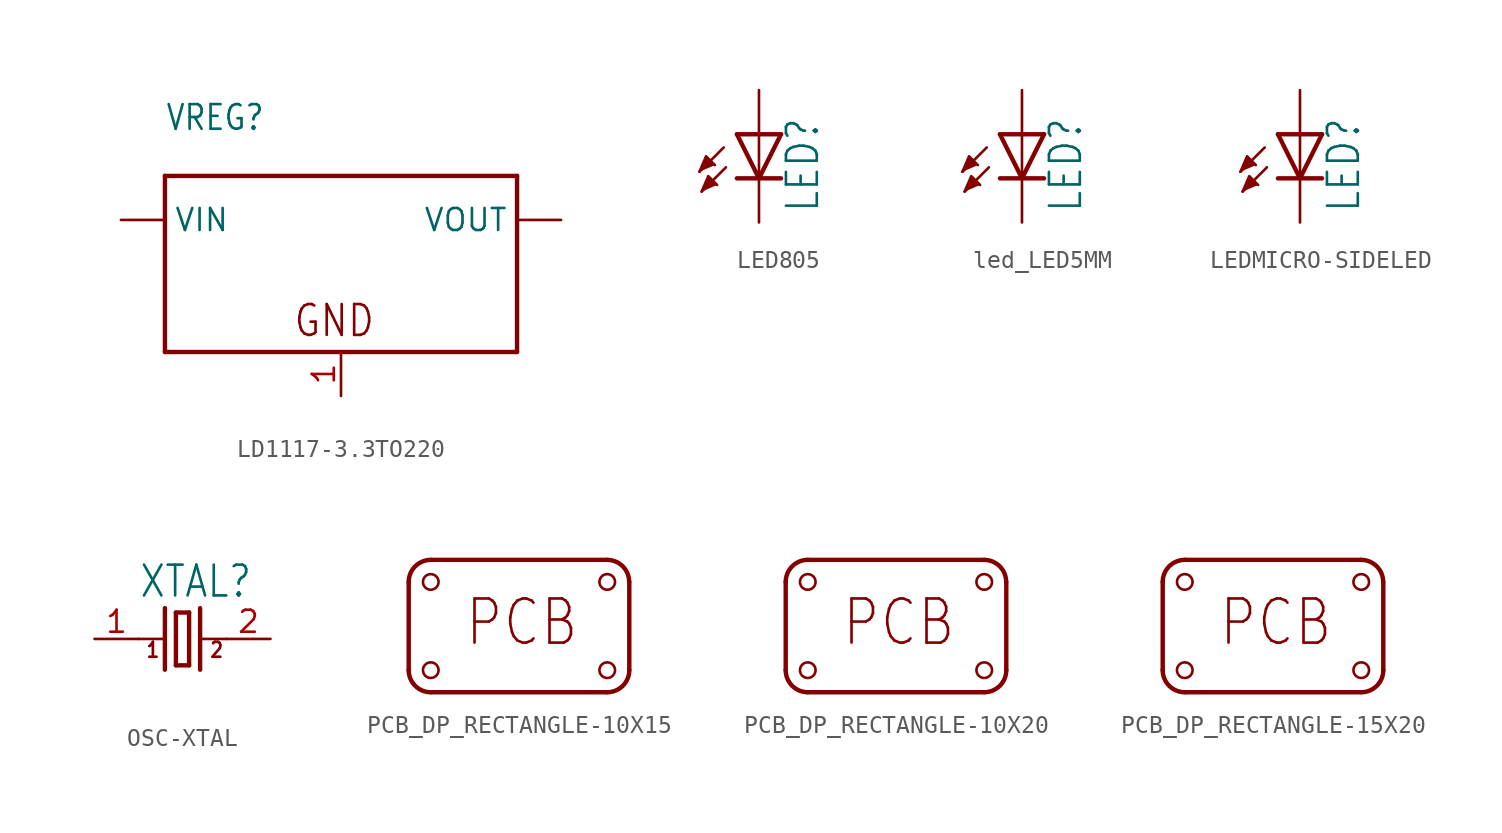
<source format=kicad_sym>
(kicad_symbol_lib
  (version 20220914)
  (generator kicad_symbol_editor)
  (symbol "LD1117-3.3TO220"
    (property "Reference" "VREG"
      (at -10.16 12.7 0)
      (effects (font (size 1.422 1.209)) (justify left bottom)))
    (property "Value" ""
      (at -10.16 10.16 0)
      (effects (font (size 1.422 1.209)) (justify left bottom)))
    (property "ki_locked" ""
      (at 0 0 0)
      (effects (font (size 1.27 1.27))))
    (symbol "LD1117-3.3TO220_1_0"
      (polyline (pts (xy -10.16 0) (xy -10.16 10.16)) (stroke (width 0.254) (type solid)) (fill (type none)))
      (polyline (pts (xy -10.16 10.16) (xy 10.16 10.16)) (stroke (width 0.254) (type solid)) (fill (type none)))
      (polyline (pts (xy 10.16 0) (xy -10.16 0)) (stroke (width 0.254) (type solid)) (fill (type none)))
      (polyline (pts (xy 10.16 10.16) (xy 10.16 0)) (stroke (width 0.254) (type solid)) (fill (type none)))
      (text "GND" (at -2.794 0.762 0) (effects (font (size 1.778 1.511)) (justify left bottom)))
      (pin bidirectional line (at 0 -2.54 90) (length 2.54) (name "GND" (effects (font (size 0 0)))) (number "1" (effects (font (size 1.27 1.27)))))
      (pin bidirectional line (at 12.7 7.62 180) (length 2.54) (name "VOUT" (effects (font (size 1.27 1.27)))) (number "2" (effects (font (size 0 0)))))
      (pin bidirectional line (at -12.7 7.62 0) (length 2.54) (name "VIN" (effects (font (size 1.27 1.27)))) (number "3" (effects (font (size 0 0)))))))
  (symbol "LED805"
    (property "Reference" "LED"
      (at 3.556 -4.572 90)
      (effects (font (size 1.778 1.511)) (justify left bottom)))
    (property "Value" ""
      (at 5.715 -4.572 90)
      (effects (font (size 1.778 1.511)) (justify left bottom)))
    (property "ki_locked" ""
      (at 0 0 0)
      (effects (font (size 1.27 1.27))))
    (symbol "LED805_1_0"
      (polyline (pts (xy -2.032 -0.762) (xy -3.429 -2.159)) (stroke (width 0.152) (type solid)) (fill (type none)))
      (polyline (pts (xy -1.905 -1.905) (xy -3.302 -3.302)) (stroke (width 0.152) (type solid)) (fill (type none)))
      (polyline (pts (xy 0 -2.54) (xy -1.27 -2.54)) (stroke (width 0.254) (type solid)) (fill (type none)))
      (polyline (pts (xy 0 -2.54) (xy -1.27 0)) (stroke (width 0.254) (type solid)) (fill (type none)))
      (polyline (pts (xy 0 0) (xy -1.27 0)) (stroke (width 0.254) (type solid)) (fill (type none)))
      (polyline (pts (xy 0 0) (xy 0 -2.54)) (stroke (width 0.152) (type solid)) (fill (type none)))
      (polyline (pts (xy 1.27 -2.54) (xy 0 -2.54)) (stroke (width 0.254) (type solid)) (fill (type none)))
      (polyline (pts (xy 1.27 0) (xy 0 -2.54)) (stroke (width 0.254) (type solid)) (fill (type none)))
      (polyline (pts (xy 1.27 0) (xy 0 0)) (stroke (width 0.254) (type solid)) (fill (type none)))
      (polyline (pts (xy -3.429 -2.159) (xy -3.048 -1.27) (xy -2.54 -1.778)) (stroke (width 0.152) (type solid)) (fill (type outline)))
      (polyline (pts (xy -3.302 -3.302) (xy -2.921 -2.413) (xy -2.413 -2.921)) (stroke (width 0.152) (type solid)) (fill (type outline)))
      (pin passive line (at 0 2.54 270) (length 2.54) (name "A" (effects (font (size 0 0)))) (number "A" (effects (font (size 0 0)))))
      (pin passive line (at 0 -5.08 90) (length 2.54) (name "C" (effects (font (size 0 0)))) (number "C" (effects (font (size 0 0)))))))
  (symbol "led_LED5MM"
    (property "Reference" "LED"
      (at 3.556 -4.572 90)
      (effects (font (size 1.778 1.511)) (justify left bottom)))
    (property "Value" ""
      (at 5.715 -4.572 90)
      (effects (font (size 1.778 1.511)) (justify left bottom)))
    (property "ki_locked" ""
      (at 0 0 0)
      (effects (font (size 1.27 1.27))))
    (symbol "led_LED5MM_1_0"
      (polyline (pts (xy -2.032 -0.762) (xy -3.429 -2.159)) (stroke (width 0.152) (type solid)) (fill (type none)))
      (polyline (pts (xy -1.905 -1.905) (xy -3.302 -3.302)) (stroke (width 0.152) (type solid)) (fill (type none)))
      (polyline (pts (xy 0 -2.54) (xy -1.27 -2.54)) (stroke (width 0.254) (type solid)) (fill (type none)))
      (polyline (pts (xy 0 -2.54) (xy -1.27 0)) (stroke (width 0.254) (type solid)) (fill (type none)))
      (polyline (pts (xy 0 0) (xy -1.27 0)) (stroke (width 0.254) (type solid)) (fill (type none)))
      (polyline (pts (xy 0 0) (xy 0 -2.54)) (stroke (width 0.152) (type solid)) (fill (type none)))
      (polyline (pts (xy 1.27 -2.54) (xy 0 -2.54)) (stroke (width 0.254) (type solid)) (fill (type none)))
      (polyline (pts (xy 1.27 0) (xy 0 -2.54)) (stroke (width 0.254) (type solid)) (fill (type none)))
      (polyline (pts (xy 1.27 0) (xy 0 0)) (stroke (width 0.254) (type solid)) (fill (type none)))
      (polyline (pts (xy -3.429 -2.159) (xy -3.048 -1.27) (xy -2.54 -1.778)) (stroke (width 0.152) (type solid)) (fill (type outline)))
      (polyline (pts (xy -3.302 -3.302) (xy -2.921 -2.413) (xy -2.413 -2.921)) (stroke (width 0.152) (type solid)) (fill (type outline)))
      (pin passive line (at 0 2.54 270) (length 2.54) (name "A" (effects (font (size 0 0)))) (number "A" (effects (font (size 0 0)))))
      (pin passive line (at 0 -5.08 90) (length 2.54) (name "C" (effects (font (size 0 0)))) (number "K" (effects (font (size 0 0)))))))
  (symbol "LEDMICRO-SIDELED"
    (property "Reference" "LED"
      (at 3.556 -4.572 90)
      (effects (font (size 1.778 1.511)) (justify left bottom)))
    (property "Value" ""
      (at 5.715 -4.572 90)
      (effects (font (size 1.778 1.511)) (justify left bottom)))
    (property "ki_locked" ""
      (at 0 0 0)
      (effects (font (size 1.27 1.27))))
    (symbol "LEDMICRO-SIDELED_1_0"
      (polyline (pts (xy -2.032 -0.762) (xy -3.429 -2.159)) (stroke (width 0.152) (type solid)) (fill (type none)))
      (polyline (pts (xy -1.905 -1.905) (xy -3.302 -3.302)) (stroke (width 0.152) (type solid)) (fill (type none)))
      (polyline (pts (xy 0 -2.54) (xy -1.27 -2.54)) (stroke (width 0.254) (type solid)) (fill (type none)))
      (polyline (pts (xy 0 -2.54) (xy -1.27 0)) (stroke (width 0.254) (type solid)) (fill (type none)))
      (polyline (pts (xy 0 0) (xy -1.27 0)) (stroke (width 0.254) (type solid)) (fill (type none)))
      (polyline (pts (xy 0 0) (xy 0 -2.54)) (stroke (width 0.152) (type solid)) (fill (type none)))
      (polyline (pts (xy 1.27 -2.54) (xy 0 -2.54)) (stroke (width 0.254) (type solid)) (fill (type none)))
      (polyline (pts (xy 1.27 0) (xy 0 -2.54)) (stroke (width 0.254) (type solid)) (fill (type none)))
      (polyline (pts (xy 1.27 0) (xy 0 0)) (stroke (width 0.254) (type solid)) (fill (type none)))
      (polyline (pts (xy -3.429 -2.159) (xy -3.048 -1.27) (xy -2.54 -1.778)) (stroke (width 0.152) (type solid)) (fill (type outline)))
      (polyline (pts (xy -3.302 -3.302) (xy -2.921 -2.413) (xy -2.413 -2.921)) (stroke (width 0.152) (type solid)) (fill (type outline)))
      (pin passive line (at 0 2.54 270) (length 2.54) (name "A" (effects (font (size 0 0)))) (number "A" (effects (font (size 0 0)))))
      (pin passive line (at 0 -5.08 90) (length 2.54) (name "C" (effects (font (size 0 0)))) (number "C" (effects (font (size 0 0)))))))
  (symbol "OSC-XTAL"
    (property "Reference" "XTAL"
      (at -2.54 2.286 0)
      (effects (font (size 1.778 1.511)) (justify left bottom)))
    (property "Value" ""
      (at -2.54 -3.81 0)
      (effects (font (size 1.778 1.511)) (justify left bottom)))
    (property "ki_locked" ""
      (at 0 0 0)
      (effects (font (size 1.27 1.27))))
    (symbol "OSC-XTAL_1_0"
      (polyline (pts (xy -2.54 0) (xy -1.016 0)) (stroke (width 0.152) (type solid)) (fill (type none)))
      (polyline (pts (xy -1.016 1.778) (xy -1.016 -1.778)) (stroke (width 0.254) (type solid)) (fill (type none)))
      (polyline (pts (xy -0.381 -1.524) (xy 0.381 -1.524)) (stroke (width 0.254) (type solid)) (fill (type none)))
      (polyline (pts (xy -0.381 1.524) (xy -0.381 -1.524)) (stroke (width 0.254) (type solid)) (fill (type none)))
      (polyline (pts (xy 0.381 -1.524) (xy 0.381 1.524)) (stroke (width 0.254) (type solid)) (fill (type none)))
      (polyline (pts (xy 0.381 1.524) (xy -0.381 1.524)) (stroke (width 0.254) (type solid)) (fill (type none)))
      (polyline (pts (xy 1.016 0) (xy 2.54 0)) (stroke (width 0.152) (type solid)) (fill (type none)))
      (polyline (pts (xy 1.016 1.778) (xy 1.016 -1.778)) (stroke (width 0.254) (type solid)) (fill (type none)))
      (text "1" (at -2.159 -1.143 0) (effects (font (size 0.864 0.734)) (justify left bottom)))
      (text "2" (at 1.524 -1.143 0) (effects (font (size 0.864 0.734)) (justify left bottom)))
      (pin passive line (at -5.08 0 0) (length 2.54) (name "1" (effects (font (size 0 0)))) (number "1" (effects (font (size 1.27 1.27)))))
      (pin passive line (at 5.08 0 180) (length 2.54) (name "2" (effects (font (size 0 0)))) (number "2" (effects (font (size 1.27 1.27)))))))
  (symbol "PCB_DP_RECTANGLE-10X15"
    (property "Reference" "PCB"
      (at 0 0 0)
      (effects (font (size 1.27 1.27)) hide))
    (property "ki_locked" ""
      (at 0 0 0)
      (effects (font (size 1.27 1.27))))
    (symbol "PCB_DP_RECTANGLE-10X15_1_0"
      (arc (start -6.35 -2.54) (mid -5.978 -3.438) (end -5.08 -3.81) (stroke (width 0.254) (type solid)) (fill (type none)))
      (circle (center -5.08 -2.54) (radius 0.449) (stroke (width 0.152) (type solid)) (fill (type none)))
      (circle (center -5.08 2.54) (radius 0.449) (stroke (width 0.152) (type solid)) (fill (type none)))
      (arc (start -5.08 3.81) (mid -5.978 3.438) (end -6.35 2.54) (stroke (width 0.254) (type solid)) (fill (type none)))
      (polyline (pts (xy -6.35 2.54) (xy -6.35 -2.54)) (stroke (width 0.254) (type solid)) (fill (type none)))
      (polyline (pts (xy -5.08 -3.81) (xy 5.08 -3.81)) (stroke (width 0.254) (type solid)) (fill (type none)))
      (polyline (pts (xy 5.08 3.81) (xy -5.08 3.81)) (stroke (width 0.254) (type solid)) (fill (type none)))
      (polyline (pts (xy 6.35 -2.54) (xy 6.35 2.54)) (stroke (width 0.254) (type solid)) (fill (type none)))
      (arc (start 5.08 -3.81) (mid 5.978 -3.438) (end 6.35 -2.54) (stroke (width 0.254) (type solid)) (fill (type none)))
      (circle (center 5.08 -2.54) (radius 0.449) (stroke (width 0.152) (type solid)) (fill (type none)))
      (circle (center 5.08 2.54) (radius 0.449) (stroke (width 0.152) (type solid)) (fill (type none)))
      (arc (start 6.35 2.54) (mid 5.978 3.438) (end 5.08 3.81) (stroke (width 0.254) (type solid)) (fill (type none)))
      (text "PCB" (at -3.175 -1.27 0) (effects (font (size 2.54 2.159)) (justify left bottom)))))
  (symbol "PCB_DP_RECTANGLE-10X20"
    (property "Reference" "PCB"
      (at 0 0 0)
      (effects (font (size 1.27 1.27)) hide))
    (property "ki_locked" ""
      (at 0 0 0)
      (effects (font (size 1.27 1.27))))
    (symbol "PCB_DP_RECTANGLE-10X20_1_0"
      (arc (start -6.35 -2.54) (mid -5.978 -3.438) (end -5.08 -3.81) (stroke (width 0.254) (type solid)) (fill (type none)))
      (circle (center -5.08 -2.54) (radius 0.449) (stroke (width 0.152) (type solid)) (fill (type none)))
      (circle (center -5.08 2.54) (radius 0.449) (stroke (width 0.152) (type solid)) (fill (type none)))
      (arc (start -5.08 3.81) (mid -5.978 3.438) (end -6.35 2.54) (stroke (width 0.254) (type solid)) (fill (type none)))
      (polyline (pts (xy -6.35 2.54) (xy -6.35 -2.54)) (stroke (width 0.254) (type solid)) (fill (type none)))
      (polyline (pts (xy -5.08 -3.81) (xy 5.08 -3.81)) (stroke (width 0.254) (type solid)) (fill (type none)))
      (polyline (pts (xy 5.08 3.81) (xy -5.08 3.81)) (stroke (width 0.254) (type solid)) (fill (type none)))
      (polyline (pts (xy 6.35 -2.54) (xy 6.35 2.54)) (stroke (width 0.254) (type solid)) (fill (type none)))
      (arc (start 5.08 -3.81) (mid 5.978 -3.438) (end 6.35 -2.54) (stroke (width 0.254) (type solid)) (fill (type none)))
      (circle (center 5.08 -2.54) (radius 0.449) (stroke (width 0.152) (type solid)) (fill (type none)))
      (circle (center 5.08 2.54) (radius 0.449) (stroke (width 0.152) (type solid)) (fill (type none)))
      (arc (start 6.35 2.54) (mid 5.978 3.438) (end 5.08 3.81) (stroke (width 0.254) (type solid)) (fill (type none)))
      (text "PCB" (at -3.175 -1.27 0) (effects (font (size 2.54 2.159)) (justify left bottom)))))
  (symbol "PCB_DP_RECTANGLE-15X20"
    (property "Reference" "PCB"
      (at 0 0 0)
      (effects (font (size 1.27 1.27)) hide))
    (property "ki_locked" ""
      (at 0 0 0)
      (effects (font (size 1.27 1.27))))
    (symbol "PCB_DP_RECTANGLE-15X20_1_0"
      (arc (start -6.35 -2.54) (mid -5.978 -3.438) (end -5.08 -3.81) (stroke (width 0.254) (type solid)) (fill (type none)))
      (circle (center -5.08 -2.54) (radius 0.449) (stroke (width 0.152) (type solid)) (fill (type none)))
      (circle (center -5.08 2.54) (radius 0.449) (stroke (width 0.152) (type solid)) (fill (type none)))
      (arc (start -5.08 3.81) (mid -5.978 3.438) (end -6.35 2.54) (stroke (width 0.254) (type solid)) (fill (type none)))
      (polyline (pts (xy -6.35 2.54) (xy -6.35 -2.54)) (stroke (width 0.254) (type solid)) (fill (type none)))
      (polyline (pts (xy -5.08 -3.81) (xy 5.08 -3.81)) (stroke (width 0.254) (type solid)) (fill (type none)))
      (polyline (pts (xy 5.08 3.81) (xy -5.08 3.81)) (stroke (width 0.254) (type solid)) (fill (type none)))
      (polyline (pts (xy 6.35 -2.54) (xy 6.35 2.54)) (stroke (width 0.254) (type solid)) (fill (type none)))
      (arc (start 5.08 -3.81) (mid 5.978 -3.438) (end 6.35 -2.54) (stroke (width 0.254) (type solid)) (fill (type none)))
      (circle (center 5.08 -2.54) (radius 0.449) (stroke (width 0.152) (type solid)) (fill (type none)))
      (circle (center 5.08 2.54) (radius 0.449) (stroke (width 0.152) (type solid)) (fill (type none)))
      (arc (start 6.35 2.54) (mid 5.978 3.438) (end 5.08 3.81) (stroke (width 0.254) (type solid)) (fill (type none)))
      (text "PCB" (at -3.175 -1.27 0) (effects (font (size 2.54 2.159)) (justify left bottom))))))
</source>
